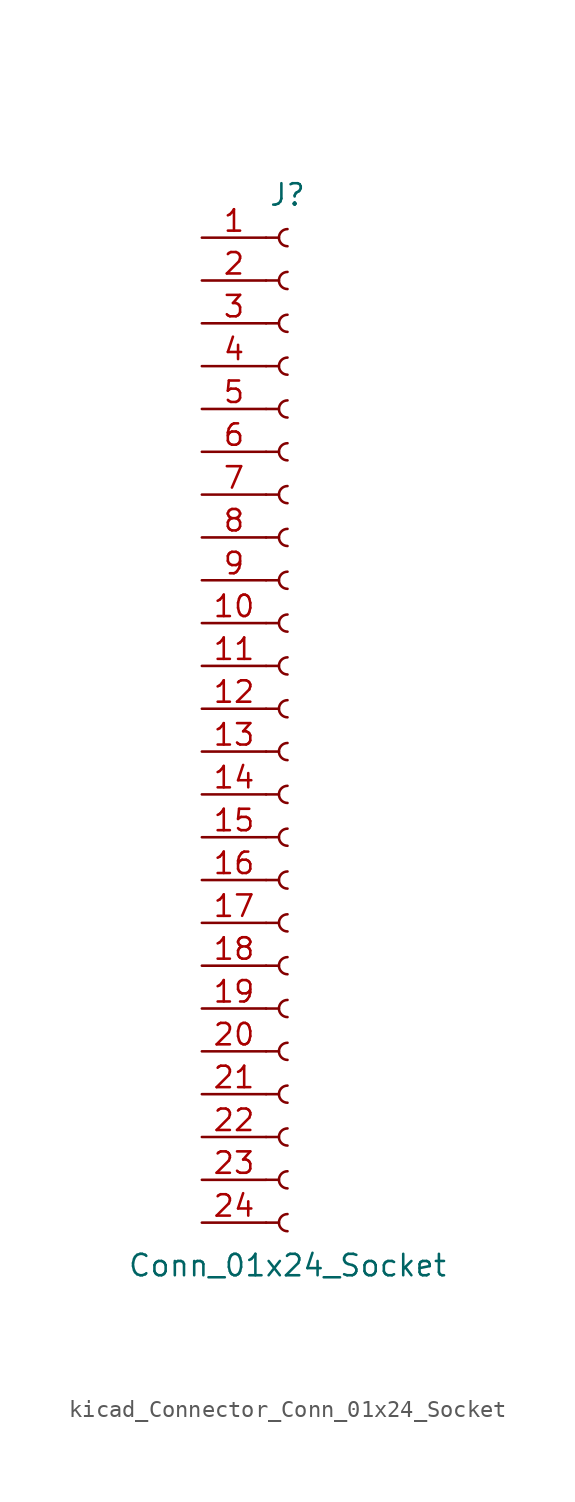
<source format=kicad_sym>
(kicad_symbol_lib
  (version 20220914)
  (generator kicad_symbol_editor)
  (symbol "kicad_Connector_Conn_01x24_Socket"
    (pin_names
      (offset 1.016) hide)
    (property "Reference" "J"
      (at 0 30.48 0)
      (effects (font (size 1.27 1.27))))
    (property "Value" "Conn_01x24_Socket"
      (at 0 -33.02 0)
      (effects (font (size 1.27 1.27))))
    (property "ki_locked" ""
      (at 0 0 0)
      (effects (font (size 1.27 1.27))))
    (symbol "kicad_Connector_Conn_01x24_Socket_1_1"
      (arc (start 0 -29.972) (mid -0.5058 -30.48) (end 0 -30.988) (stroke (width 0.1524) (type default)) (fill (type none)))
      (arc (start 0 -27.432) (mid -0.5058 -27.94) (end 0 -28.448) (stroke (width 0.1524) (type default)) (fill (type none)))
      (arc (start 0 -24.892) (mid -0.5058 -25.4) (end 0 -25.908) (stroke (width 0.1524) (type default)) (fill (type none)))
      (arc (start 0 -22.352) (mid -0.5058 -22.86) (end 0 -23.368) (stroke (width 0.1524) (type default)) (fill (type none)))
      (arc (start 0 -19.812) (mid -0.5058 -20.32) (end 0 -20.828) (stroke (width 0.1524) (type default)) (fill (type none)))
      (arc (start 0 -17.272) (mid -0.5058 -17.78) (end 0 -18.288) (stroke (width 0.1524) (type default)) (fill (type none)))
      (arc (start 0 -14.732) (mid -0.5058 -15.24) (end 0 -15.748) (stroke (width 0.1524) (type default)) (fill (type none)))
      (arc (start 0 -12.192) (mid -0.5058 -12.7) (end 0 -13.208) (stroke (width 0.1524) (type default)) (fill (type none)))
      (arc (start 0 -9.652) (mid -0.5058 -10.16) (end 0 -10.668) (stroke (width 0.1524) (type default)) (fill (type none)))
      (arc (start 0 -7.112) (mid -0.5058 -7.62) (end 0 -8.128) (stroke (width 0.1524) (type default)) (fill (type none)))
      (arc (start 0 -4.572) (mid -0.5058 -5.08) (end 0 -5.588) (stroke (width 0.1524) (type default)) (fill (type none)))
      (arc (start 0 -2.032) (mid -0.5058 -2.54) (end 0 -3.048) (stroke (width 0.1524) (type default)) (fill (type none)))
      (polyline (pts (xy -1.27 -30.48) (xy -0.508 -30.48)) (stroke (width 0.152) (type default)) (fill (type none)))
      (polyline (pts (xy -1.27 -27.94) (xy -0.508 -27.94)) (stroke (width 0.152) (type default)) (fill (type none)))
      (polyline (pts (xy -1.27 -25.4) (xy -0.508 -25.4)) (stroke (width 0.152) (type default)) (fill (type none)))
      (polyline (pts (xy -1.27 -22.86) (xy -0.508 -22.86)) (stroke (width 0.152) (type default)) (fill (type none)))
      (polyline (pts (xy -1.27 -20.32) (xy -0.508 -20.32)) (stroke (width 0.152) (type default)) (fill (type none)))
      (polyline (pts (xy -1.27 -17.78) (xy -0.508 -17.78)) (stroke (width 0.152) (type default)) (fill (type none)))
      (polyline (pts (xy -1.27 -15.24) (xy -0.508 -15.24)) (stroke (width 0.152) (type default)) (fill (type none)))
      (polyline (pts (xy -1.27 -12.7) (xy -0.508 -12.7)) (stroke (width 0.152) (type default)) (fill (type none)))
      (polyline (pts (xy -1.27 -10.16) (xy -0.508 -10.16)) (stroke (width 0.152) (type default)) (fill (type none)))
      (polyline (pts (xy -1.27 -7.62) (xy -0.508 -7.62)) (stroke (width 0.152) (type default)) (fill (type none)))
      (polyline (pts (xy -1.27 -5.08) (xy -0.508 -5.08)) (stroke (width 0.152) (type default)) (fill (type none)))
      (polyline (pts (xy -1.27 -2.54) (xy -0.508 -2.54)) (stroke (width 0.152) (type default)) (fill (type none)))
      (polyline (pts (xy -1.27 0) (xy -0.508 0)) (stroke (width 0.152) (type default)) (fill (type none)))
      (polyline (pts (xy -1.27 2.54) (xy -0.508 2.54)) (stroke (width 0.152) (type default)) (fill (type none)))
      (polyline (pts (xy -1.27 5.08) (xy -0.508 5.08)) (stroke (width 0.152) (type default)) (fill (type none)))
      (polyline (pts (xy -1.27 7.62) (xy -0.508 7.62)) (stroke (width 0.152) (type default)) (fill (type none)))
      (polyline (pts (xy -1.27 10.16) (xy -0.508 10.16)) (stroke (width 0.152) (type default)) (fill (type none)))
      (polyline (pts (xy -1.27 12.7) (xy -0.508 12.7)) (stroke (width 0.152) (type default)) (fill (type none)))
      (polyline (pts (xy -1.27 15.24) (xy -0.508 15.24)) (stroke (width 0.152) (type default)) (fill (type none)))
      (polyline (pts (xy -1.27 17.78) (xy -0.508 17.78)) (stroke (width 0.152) (type default)) (fill (type none)))
      (polyline (pts (xy -1.27 20.32) (xy -0.508 20.32)) (stroke (width 0.152) (type default)) (fill (type none)))
      (polyline (pts (xy -1.27 22.86) (xy -0.508 22.86)) (stroke (width 0.152) (type default)) (fill (type none)))
      (polyline (pts (xy -1.27 25.4) (xy -0.508 25.4)) (stroke (width 0.152) (type default)) (fill (type none)))
      (polyline (pts (xy -1.27 27.94) (xy -0.508 27.94)) (stroke (width 0.152) (type default)) (fill (type none)))
      (arc (start 0 0.508) (mid -0.5058 0) (end 0 -0.508) (stroke (width 0.1524) (type default)) (fill (type none)))
      (arc (start 0 3.048) (mid -0.5058 2.54) (end 0 2.032) (stroke (width 0.1524) (type default)) (fill (type none)))
      (arc (start 0 5.588) (mid -0.5058 5.08) (end 0 4.572) (stroke (width 0.1524) (type default)) (fill (type none)))
      (arc (start 0 8.128) (mid -0.5058 7.62) (end 0 7.112) (stroke (width 0.1524) (type default)) (fill (type none)))
      (arc (start 0 10.668) (mid -0.5058 10.16) (end 0 9.652) (stroke (width 0.1524) (type default)) (fill (type none)))
      (arc (start 0 13.208) (mid -0.5058 12.7) (end 0 12.192) (stroke (width 0.1524) (type default)) (fill (type none)))
      (arc (start 0 15.748) (mid -0.5058 15.24) (end 0 14.732) (stroke (width 0.1524) (type default)) (fill (type none)))
      (arc (start 0 18.288) (mid -0.5058 17.78) (end 0 17.272) (stroke (width 0.1524) (type default)) (fill (type none)))
      (arc (start 0 20.828) (mid -0.5058 20.32) (end 0 19.812) (stroke (width 0.1524) (type default)) (fill (type none)))
      (arc (start 0 23.368) (mid -0.5058 22.86) (end 0 22.352) (stroke (width 0.1524) (type default)) (fill (type none)))
      (arc (start 0 25.908) (mid -0.5058 25.4) (end 0 24.892) (stroke (width 0.1524) (type default)) (fill (type none)))
      (arc (start 0 28.448) (mid -0.5058 27.94) (end 0 27.432) (stroke (width 0.1524) (type default)) (fill (type none)))
      (pin passive line (at -5.08 27.94 0) (length 3.81) (name "Pin_1" (effects (font (size 1.27 1.27)))) (number "1" (effects (font (size 1.27 1.27)))))
      (pin passive line (at -5.08 5.08 0) (length 3.81) (name "Pin_10" (effects (font (size 1.27 1.27)))) (number "10" (effects (font (size 1.27 1.27)))))
      (pin passive line (at -5.08 2.54 0) (length 3.81) (name "Pin_11" (effects (font (size 1.27 1.27)))) (number "11" (effects (font (size 1.27 1.27)))))
      (pin passive line (at -5.08 0 0) (length 3.81) (name "Pin_12" (effects (font (size 1.27 1.27)))) (number "12" (effects (font (size 1.27 1.27)))))
      (pin passive line (at -5.08 -2.54 0) (length 3.81) (name "Pin_13" (effects (font (size 1.27 1.27)))) (number "13" (effects (font (size 1.27 1.27)))))
      (pin passive line (at -5.08 -5.08 0) (length 3.81) (name "Pin_14" (effects (font (size 1.27 1.27)))) (number "14" (effects (font (size 1.27 1.27)))))
      (pin passive line (at -5.08 -7.62 0) (length 3.81) (name "Pin_15" (effects (font (size 1.27 1.27)))) (number "15" (effects (font (size 1.27 1.27)))))
      (pin passive line (at -5.08 -10.16 0) (length 3.81) (name "Pin_16" (effects (font (size 1.27 1.27)))) (number "16" (effects (font (size 1.27 1.27)))))
      (pin passive line (at -5.08 -12.7 0) (length 3.81) (name "Pin_17" (effects (font (size 1.27 1.27)))) (number "17" (effects (font (size 1.27 1.27)))))
      (pin passive line (at -5.08 -15.24 0) (length 3.81) (name "Pin_18" (effects (font (size 1.27 1.27)))) (number "18" (effects (font (size 1.27 1.27)))))
      (pin passive line (at -5.08 -17.78 0) (length 3.81) (name "Pin_19" (effects (font (size 1.27 1.27)))) (number "19" (effects (font (size 1.27 1.27)))))
      (pin passive line (at -5.08 25.4 0) (length 3.81) (name "Pin_2" (effects (font (size 1.27 1.27)))) (number "2" (effects (font (size 1.27 1.27)))))
      (pin passive line (at -5.08 -20.32 0) (length 3.81) (name "Pin_20" (effects (font (size 1.27 1.27)))) (number "20" (effects (font (size 1.27 1.27)))))
      (pin passive line (at -5.08 -22.86 0) (length 3.81) (name "Pin_21" (effects (font (size 1.27 1.27)))) (number "21" (effects (font (size 1.27 1.27)))))
      (pin passive line (at -5.08 -25.4 0) (length 3.81) (name "Pin_22" (effects (font (size 1.27 1.27)))) (number "22" (effects (font (size 1.27 1.27)))))
      (pin passive line (at -5.08 -27.94 0) (length 3.81) (name "Pin_23" (effects (font (size 1.27 1.27)))) (number "23" (effects (font (size 1.27 1.27)))))
      (pin passive line (at -5.08 -30.48 0) (length 3.81) (name "Pin_24" (effects (font (size 1.27 1.27)))) (number "24" (effects (font (size 1.27 1.27)))))
      (pin passive line (at -5.08 22.86 0) (length 3.81) (name "Pin_3" (effects (font (size 1.27 1.27)))) (number "3" (effects (font (size 1.27 1.27)))))
      (pin passive line (at -5.08 20.32 0) (length 3.81) (name "Pin_4" (effects (font (size 1.27 1.27)))) (number "4" (effects (font (size 1.27 1.27)))))
      (pin passive line (at -5.08 17.78 0) (length 3.81) (name "Pin_5" (effects (font (size 1.27 1.27)))) (number "5" (effects (font (size 1.27 1.27)))))
      (pin passive line (at -5.08 15.24 0) (length 3.81) (name "Pin_6" (effects (font (size 1.27 1.27)))) (number "6" (effects (font (size 1.27 1.27)))))
      (pin passive line (at -5.08 12.7 0) (length 3.81) (name "Pin_7" (effects (font (size 1.27 1.27)))) (number "7" (effects (font (size 1.27 1.27)))))
      (pin passive line (at -5.08 10.16 0) (length 3.81) (name "Pin_8" (effects (font (size 1.27 1.27)))) (number "8" (effects (font (size 1.27 1.27)))))
      (pin passive line (at -5.08 7.62 0) (length 3.81) (name "Pin_9" (effects (font (size 1.27 1.27)))) (number "9" (effects (font (size 1.27 1.27))))))))
</source>
